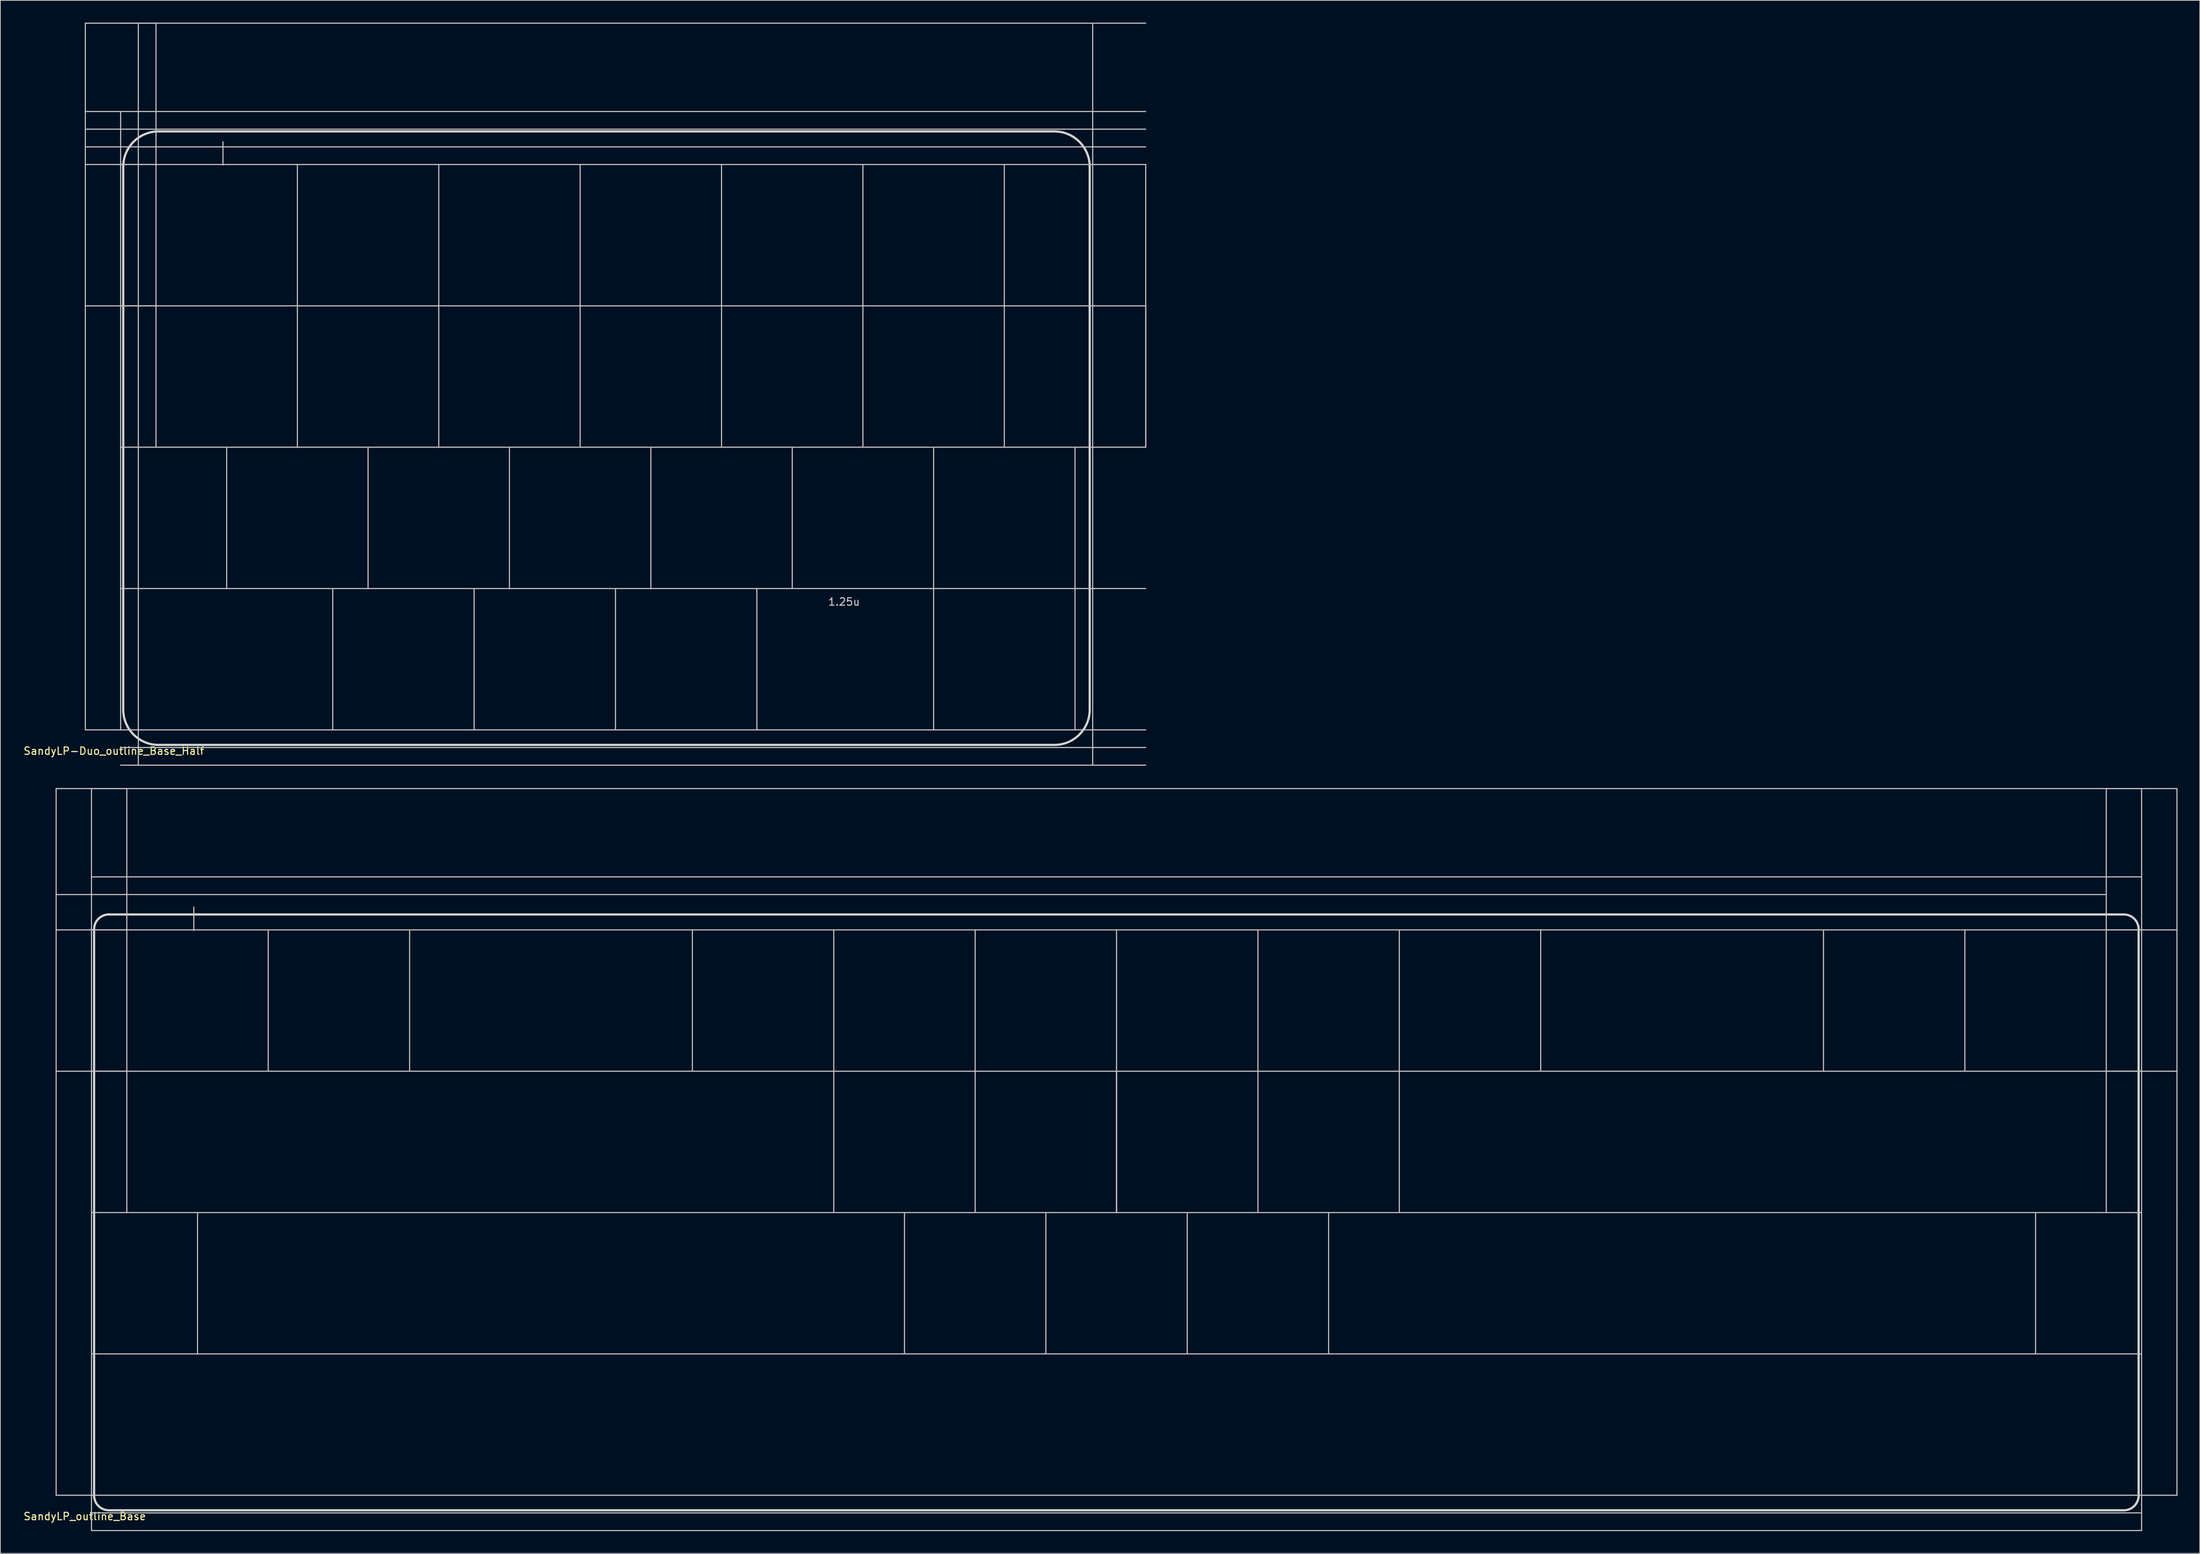
<source format=kicad_pcb>
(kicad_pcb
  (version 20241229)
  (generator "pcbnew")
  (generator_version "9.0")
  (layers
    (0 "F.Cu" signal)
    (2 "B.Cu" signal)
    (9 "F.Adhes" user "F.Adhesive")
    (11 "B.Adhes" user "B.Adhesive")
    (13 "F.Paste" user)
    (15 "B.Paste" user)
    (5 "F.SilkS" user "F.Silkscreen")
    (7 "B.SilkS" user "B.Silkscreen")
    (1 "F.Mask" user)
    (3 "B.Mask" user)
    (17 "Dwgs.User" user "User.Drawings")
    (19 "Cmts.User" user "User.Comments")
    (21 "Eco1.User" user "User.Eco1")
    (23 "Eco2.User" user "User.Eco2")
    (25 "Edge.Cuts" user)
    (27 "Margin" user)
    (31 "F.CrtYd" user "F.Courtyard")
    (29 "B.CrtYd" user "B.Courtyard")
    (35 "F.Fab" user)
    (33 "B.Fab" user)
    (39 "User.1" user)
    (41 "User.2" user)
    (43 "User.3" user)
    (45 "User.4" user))
  (footprint "SandyLP-Duo_outline_Base_Half"
    (layer "F.Cu")
    (at 151.317 66.75)
    (property "Reference" "SandyLP-Duo_outline_Base_Half" (at -139.025 31.425 0) (layer "F.SilkS") (effects (font (size 1 1) (thickness 0.15))))
    (attr through_hole)
    (fp_line (start -142.875 -66.675) (end -133.35 -66.675) (stroke (width 0.15) (type solid)) (layer "Dwgs.User"))
    (fp_line (start -142.875 -47.625) (end -142.875 -66.675) (stroke (width 0.15) (type solid)) (layer "Dwgs.User"))
    (fp_line (start -142.875 -47.625) (end -133.35 -47.625) (stroke (width 0.15) (type solid)) (layer "Dwgs.User"))
    (fp_line (start -142.875 -28.575) (end -142.875 -47.625) (stroke (width 0.15) (type solid)) (layer "Dwgs.User"))
    (fp_line (start -142.875 -28.575) (end -133.35 -28.575) (stroke (width 0.15) (type solid)) (layer "Dwgs.User"))
    (fp_line (start -142.875 -9.525) (end -142.875 -28.575) (stroke (width 0.15) (type solid)) (layer "Dwgs.User"))
    (fp_line (start -142.875 9.525) (end -142.875 -9.525) (stroke (width 0.15) (type solid)) (layer "Dwgs.User"))
    (fp_line (start -142.875 28.575) (end -142.875 9.525) (stroke (width 0.15) (type solid)) (layer "Dwgs.User"))
    (fp_line (start -138.113 28.575) (end -138.113 -54.769) (stroke (width 0.15) (type solid)) (layer "Dwgs.User"))
    (fp_line (start -135.731 33.337) (end -135.731 -66.675) (stroke (width 0.15) (type solid)) (layer "Dwgs.User"))
    (fp_line (start -133.35 -47.625) (end -133.35 -66.675) (stroke (width 0.15) (type solid)) (layer "Dwgs.User"))
    (fp_line (start -133.35 -28.575) (end -133.35 -47.625) (stroke (width 0.15) (type solid)) (layer "Dwgs.User"))
    (fp_line (start -133.35 -9.525) (end -133.35 -28.575) (stroke (width 0.15) (type solid)) (layer "Dwgs.User"))
    (fp_line (start -124.325 -50.706) (end -124.325 -47.556) (stroke (width 0.15) (type solid)) (layer "Dwgs.User"))
    (fp_line (start -123.825 9.525) (end -123.825 -9.525) (stroke (width 0.15) (type solid)) (layer "Dwgs.User"))
    (fp_line (start -114.3 -28.575) (end -114.3 -47.625) (stroke (width 0.15) (type solid)) (layer "Dwgs.User"))
    (fp_line (start -114.3 -9.525) (end -114.3 -28.575) (stroke (width 0.15) (type solid)) (layer "Dwgs.User"))
    (fp_line (start -109.537 28.575) (end -109.537 9.525) (stroke (width 0.15) (type solid)) (layer "Dwgs.User"))
    (fp_line (start -104.775 9.525) (end -104.775 -9.525) (stroke (width 0.15) (type solid)) (layer "Dwgs.User"))
    (fp_line (start -95.25 -28.575) (end -95.25 -47.625) (stroke (width 0.15) (type solid)) (layer "Dwgs.User"))
    (fp_line (start -95.25 -9.525) (end -95.25 -28.575) (stroke (width 0.15) (type solid)) (layer "Dwgs.User"))
    (fp_line (start -90.487 28.575) (end -90.487 9.525) (stroke (width 0.15) (type solid)) (layer "Dwgs.User"))
    (fp_line (start -85.725 9.525) (end -85.725 -9.525) (stroke (width 0.15) (type solid)) (layer "Dwgs.User"))
    (fp_line (start -76.2 -28.575) (end -76.2 -47.625) (stroke (width 0.15) (type solid)) (layer "Dwgs.User"))
    (fp_line (start -76.2 -9.525) (end -76.2 -28.575) (stroke (width 0.15) (type solid)) (layer "Dwgs.User"))
    (fp_line (start -71.438 28.575) (end -71.438 9.525) (stroke (width 0.15) (type solid)) (layer "Dwgs.User"))
    (fp_line (start -66.675 9.525) (end -66.675 -9.525) (stroke (width 0.15) (type solid)) (layer "Dwgs.User"))
    (fp_line (start -57.15 -28.575) (end -57.15 -47.625) (stroke (width 0.15) (type solid)) (layer "Dwgs.User"))
    (fp_line (start -57.15 -9.525) (end -57.15 -28.575) (stroke (width 0.15) (type solid)) (layer "Dwgs.User"))
    (fp_line (start -52.388 28.575) (end -52.388 9.525) (stroke (width 0.15) (type solid)) (layer "Dwgs.User"))
    (fp_line (start -47.625 9.525) (end -47.625 -9.525) (stroke (width 0.15) (type solid)) (layer "Dwgs.User"))
    (fp_line (start -38.1 -28.575) (end -38.1 -47.625) (stroke (width 0.15) (type solid)) (layer "Dwgs.User"))
    (fp_line (start -38.1 -9.525) (end -38.1 -28.575) (stroke (width 0.15) (type solid)) (layer "Dwgs.User"))
    (fp_line (start -28.575 9.525) (end -28.575 -9.525) (stroke (width 0.15) (type solid)) (layer "Dwgs.User"))
    (fp_line (start -28.575 28.575) (end -28.575 9.525) (stroke (width 0.15) (type solid)) (layer "Dwgs.User"))
    (fp_line (start -19.05 -28.575) (end -19.05 -47.625) (stroke (width 0.15) (type solid)) (layer "Dwgs.User"))
    (fp_line (start -19.05 -9.525) (end -19.05 -28.575) (stroke (width 0.15) (type solid)) (layer "Dwgs.User"))
    (fp_line (start -9.525 9.525) (end -9.525 -9.525) (stroke (width 0.15) (type solid)) (layer "Dwgs.User"))
    (fp_line (start -9.525 28.575) (end -9.525 9.525) (stroke (width 0.15) (type solid)) (layer "Dwgs.User"))
    (fp_line (start -7.144 33.337) (end -7.144 -66.675) (stroke (width 0.15) (type solid)) (layer "Dwgs.User"))
    (fp_line (start 0 -66.675) (end -138.113 -66.675) (stroke (width 0.15) (type solid)) (layer "Dwgs.User"))
    (fp_line (start 0 -54.769) (end -142.875 -54.769) (stroke (width 0.15) (type solid)) (layer "Dwgs.User"))
    (fp_line (start 0 -52.388) (end -142.875 -52.388) (stroke (width 0.15) (type solid)) (layer "Dwgs.User"))
    (fp_line (start 0 -50.006) (end -142.875 -50.006) (stroke (width 0.15) (type solid)) (layer "Dwgs.User"))
    (fp_line (start 0 -47.625) (end -138.113 -47.625) (stroke (width 0.15) (type solid)) (layer "Dwgs.User"))
    (fp_line (start 0 -28.575) (end -138.113 -28.575) (stroke (width 0.15) (type solid)) (layer "Dwgs.User"))
    (fp_line (start 0 -28.575) (end 0 -47.625) (stroke (width 0.15) (type solid)) (layer "Dwgs.User"))
    (fp_line (start 0 -28.575) (end 0 -9.525) (stroke (width 0.15) (type solid)) (layer "Dwgs.User"))
    (fp_line (start 0 -9.525) (end -138.113 -9.525) (stroke (width 0.15) (type solid)) (layer "Dwgs.User"))
    (fp_line (start 0 -9.525) (end 0 -28.575) (stroke (width 0.15) (type solid)) (layer "Dwgs.User"))
    (fp_line (start 0 -9.525) (end 0 -28.575) (stroke (width 0.15) (type solid)) (layer "Dwgs.User"))
    (fp_line (start 0 9.525) (end -138.113 9.525) (stroke (width 0.15) (type solid)) (layer "Dwgs.User"))
    (fp_line (start 0 28.575) (end -142.875 28.575) (stroke (width 0.15) (type solid)) (layer "Dwgs.User"))
    (fp_line (start 0 30.956) (end -138.113 30.956) (stroke (width 0.15) (type solid)) (layer "Dwgs.User"))
    (fp_line (start 0 33.337) (end -138.113 33.337) (stroke (width 0.15) (type solid)) (layer "Dwgs.User"))
    (fp_line (start -137.762 25.844) (end -137.762 -47.325) (stroke (width 0.3) (type solid)) (layer "Edge.Cuts"))
    (fp_line (start -12.306 -52.088) (end -133 -52.088) (stroke (width 0.3) (type solid)) (layer "Edge.Cuts"))
    (fp_line (start -12.306 30.606) (end -133 30.606) (stroke (width 0.3) (type solid)) (layer "Edge.Cuts"))
    (fp_line (start -7.544 25.844) (end -7.544 -47.325) (stroke (width 0.3) (type solid)) (layer "Edge.Cuts"))
    (fp_arc (start -137.7625 -47.32504) (mid -136.367596 -50.692636) (end -133 -52.08754) (stroke (width 0.3) (type default)) (layer "Edge.Cuts"))
    (fp_arc (start -133 30.60621) (mid -136.367596 29.211306) (end -137.7625 25.84371) (stroke (width 0.3) (type default)) (layer "Edge.Cuts"))
    (fp_arc (start -12.30625 -52.08754) (mid -8.938656 -50.692634) (end -7.54375 -47.32504) (stroke (width 0.3) (type default)) (layer "Edge.Cuts"))
    (fp_arc (start -7.54375 25.84371) (mid -8.938657 29.2113) (end -12.30625 30.60621) (stroke (width 0.3) (type default)) (layer "Edge.Cuts"))
    (fp_text user "1.25u" (at -42.862 11.906 0) (unlocked yes) (layer "Dwgs.User") (effects (font (size 1 1) (thickness 0.15)) (justify left bottom))))
  (footprint "SandyLP_outline_Base"
    (layer "F.Cu")
    (at 147.388 169.912)
    (property "Reference" "SandyLP_outline_Base" (at -139.025 31.425 0) (layer "F.SilkS") (effects (font (size 1 1) (thickness 0.15))))
    (attr through_hole)
    (fp_line (start -142.875 -66.675) (end -133.35 -66.675) (stroke (width 0.15) (type solid)) (layer "Dwgs.User"))
    (fp_line (start -142.875 -47.625) (end -142.875 -66.675) (stroke (width 0.15) (type solid)) (layer "Dwgs.User"))
    (fp_line (start -142.875 -47.625) (end -133.35 -47.625) (stroke (width 0.15) (type solid)) (layer "Dwgs.User"))
    (fp_line (start -142.875 -28.575) (end -142.875 -47.625) (stroke (width 0.15) (type solid)) (layer "Dwgs.User"))
    (fp_line (start -142.875 -28.575) (end -133.35 -28.575) (stroke (width 0.15) (type solid)) (layer "Dwgs.User"))
    (fp_line (start -142.875 -9.525) (end -142.875 -28.575) (stroke (width 0.15) (type solid)) (layer "Dwgs.User"))
    (fp_line (start -142.875 9.525) (end -142.875 -9.525) (stroke (width 0.15) (type solid)) (layer "Dwgs.User"))
    (fp_line (start -142.875 28.575) (end -142.875 9.525) (stroke (width 0.15) (type solid)) (layer "Dwgs.User"))
    (fp_line (start -138.113 -47.625) (end -138.113 -66.675) (stroke (width 0.15) (type solid)) (layer "Dwgs.User"))
    (fp_line (start -138.113 -28.575) (end -138.113 -47.625) (stroke (width 0.15) (type solid)) (layer "Dwgs.User"))
    (fp_line (start -138.113 -9.525) (end -138.113 -28.575) (stroke (width 0.15) (type solid)) (layer "Dwgs.User"))
    (fp_line (start -138.113 9.525) (end -138.113 -9.525) (stroke (width 0.15) (type solid)) (layer "Dwgs.User"))
    (fp_line (start -138.113 28.575) (end -138.113 9.525) (stroke (width 0.15) (type solid)) (layer "Dwgs.User"))
    (fp_line (start -138.113 33.337) (end -138.113 28.575) (stroke (width 0.15) (type solid)) (layer "Dwgs.User"))
    (fp_line (start -133.35 -47.625) (end -133.35 -66.675) (stroke (width 0.15) (type solid)) (layer "Dwgs.User"))
    (fp_line (start -133.35 -28.575) (end -133.35 -47.625) (stroke (width 0.15) (type solid)) (layer "Dwgs.User"))
    (fp_line (start -133.35 -9.525) (end -133.35 -28.575) (stroke (width 0.15) (type solid)) (layer "Dwgs.User"))
    (fp_line (start -124.325 -50.706) (end -124.325 -47.556) (stroke (width 0.15) (type solid)) (layer "Dwgs.User"))
    (fp_line (start -123.825 9.525) (end -123.825 -9.525) (stroke (width 0.15) (type solid)) (layer "Dwgs.User"))
    (fp_line (start -114.3 -28.575) (end -114.3 -47.625) (stroke (width 0.15) (type solid)) (layer "Dwgs.User"))
    (fp_line (start -95.25 -28.575) (end -95.25 -47.625) (stroke (width 0.15) (type solid)) (layer "Dwgs.User"))
    (fp_line (start -57.15 -28.575) (end -57.15 -47.625) (stroke (width 0.15) (type solid)) (layer "Dwgs.User"))
    (fp_line (start -38.1 -28.575) (end -38.1 -47.625) (stroke (width 0.15) (type solid)) (layer "Dwgs.User"))
    (fp_line (start -38.1 -9.525) (end -38.1 -28.575) (stroke (width 0.15) (type solid)) (layer "Dwgs.User"))
    (fp_line (start -28.575 9.525) (end -28.575 -9.525) (stroke (width 0.15) (type solid)) (layer "Dwgs.User"))
    (fp_line (start -19.05 -28.575) (end -19.05 -47.625) (stroke (width 0.15) (type solid)) (layer "Dwgs.User"))
    (fp_line (start -19.05 -9.525) (end -19.05 -28.575) (stroke (width 0.15) (type solid)) (layer "Dwgs.User"))
    (fp_line (start -9.525 9.525) (end -9.525 -9.525) (stroke (width 0.15) (type solid)) (layer "Dwgs.User"))
    (fp_line (start 0 -28.575) (end 0 -47.625) (stroke (width 0.15) (type solid)) (layer "Dwgs.User"))
    (fp_line (start 0 -28.575) (end 0 -9.525) (stroke (width 0.15) (type solid)) (layer "Dwgs.User"))
    (fp_line (start 0 -9.525) (end 0 -28.575) (stroke (width 0.15) (type solid)) (layer "Dwgs.User"))
    (fp_line (start 0 -9.525) (end 0 -28.575) (stroke (width 0.15) (type solid)) (layer "Dwgs.User"))
    (fp_line (start 9.525 9.525) (end 9.525 -9.525) (stroke (width 0.15) (type solid)) (layer "Dwgs.User"))
    (fp_line (start 19.05 -28.575) (end 19.05 -47.625) (stroke (width 0.15) (type solid)) (layer "Dwgs.User"))
    (fp_line (start 19.05 -9.525) (end 19.05 -28.575) (stroke (width 0.15) (type solid)) (layer "Dwgs.User"))
    (fp_line (start 28.575 9.525) (end 28.575 -9.525) (stroke (width 0.15) (type solid)) (layer "Dwgs.User"))
    (fp_line (start 38.1 -28.575) (end 38.1 -47.625) (stroke (width 0.15) (type solid)) (layer "Dwgs.User"))
    (fp_line (start 38.1 -9.525) (end 38.1 -28.575) (stroke (width 0.15) (type solid)) (layer "Dwgs.User"))
    (fp_line (start 57.15 -28.575) (end 57.15 -47.625) (stroke (width 0.15) (type solid)) (layer "Dwgs.User"))
    (fp_line (start 95.25 -28.575) (end 95.25 -47.625) (stroke (width 0.15) (type solid)) (layer "Dwgs.User"))
    (fp_line (start 114.3 -28.575) (end 114.3 -47.625) (stroke (width 0.15) (type solid)) (layer "Dwgs.User"))
    (fp_line (start 123.825 9.525) (end 123.825 -9.525) (stroke (width 0.15) (type solid)) (layer "Dwgs.User"))
    (fp_line (start 133.35 -52.388) (end -142.875 -52.388) (stroke (width 0.15) (type solid)) (layer "Dwgs.User"))
    (fp_line (start 133.35 -47.625) (end 133.35 -66.675) (stroke (width 0.15) (type solid)) (layer "Dwgs.User"))
    (fp_line (start 133.35 -28.575) (end 133.35 -47.625) (stroke (width 0.15) (type solid)) (layer "Dwgs.User"))
    (fp_line (start 133.35 -9.525) (end 133.35 -28.575) (stroke (width 0.15) (type solid)) (layer "Dwgs.User"))
    (fp_line (start 138.113 -66.675) (end -138.113 -66.675) (stroke (width 0.15) (type solid)) (layer "Dwgs.User"))
    (fp_line (start 138.113 -54.769) (end -138.113 -54.769) (stroke (width 0.15) (type solid)) (layer "Dwgs.User"))
    (fp_line (start 138.113 -47.625) (end -138.113 -47.625) (stroke (width 0.15) (type solid)) (layer "Dwgs.User"))
    (fp_line (start 138.113 -47.625) (end 138.113 -66.675) (stroke (width 0.15) (type solid)) (layer "Dwgs.User"))
    (fp_line (start 138.113 -28.575) (end -138.113 -28.575) (stroke (width 0.15) (type solid)) (layer "Dwgs.User"))
    (fp_line (start 138.113 -28.575) (end 138.113 -47.625) (stroke (width 0.15) (type solid)) (layer "Dwgs.User"))
    (fp_line (start 138.113 -9.525) (end -138.113 -9.525) (stroke (width 0.15) (type solid)) (layer "Dwgs.User"))
    (fp_line (start 138.113 -9.525) (end 138.113 -28.575) (stroke (width 0.15) (type solid)) (layer "Dwgs.User"))
    (fp_line (start 138.113 9.525) (end -138.113 9.525) (stroke (width 0.15) (type solid)) (layer "Dwgs.User"))
    (fp_line (start 138.113 9.525) (end 138.113 -9.525) (stroke (width 0.15) (type solid)) (layer "Dwgs.User"))
    (fp_line (start 138.113 28.575) (end 138.113 9.525) (stroke (width 0.15) (type solid)) (layer "Dwgs.User"))
    (fp_line (start 138.113 30.956) (end -138.113 30.956) (stroke (width 0.15) (type solid)) (layer "Dwgs.User"))
    (fp_line (start 138.113 33.337) (end -138.113 33.337) (stroke (width 0.15) (type solid)) (layer "Dwgs.User"))
    (fp_line (start 138.113 33.337) (end 138.113 28.575) (stroke (width 0.15) (type solid)) (layer "Dwgs.User"))
    (fp_line (start 142.875 -66.675) (end 133.35 -66.675) (stroke (width 0.15) (type solid)) (layer "Dwgs.User"))
    (fp_line (start 142.875 -66.675) (end 142.875 -47.625) (stroke (width 0.15) (type solid)) (layer "Dwgs.User"))
    (fp_line (start 142.875 -47.625) (end 133.35 -47.625) (stroke (width 0.15) (type solid)) (layer "Dwgs.User"))
    (fp_line (start 142.875 -47.625) (end 142.875 -28.575) (stroke (width 0.15) (type solid)) (layer "Dwgs.User"))
    (fp_line (start 142.875 -28.575) (end 133.35 -28.575) (stroke (width 0.15) (type solid)) (layer "Dwgs.User"))
    (fp_line (start 142.875 -9.525) (end 142.875 -28.575) (stroke (width 0.15) (type solid)) (layer "Dwgs.User"))
    (fp_line (start 142.875 9.525) (end 142.875 -9.525) (stroke (width 0.15) (type solid)) (layer "Dwgs.User"))
    (fp_line (start 142.875 28.575) (end -142.875 28.575) (stroke (width 0.15) (type solid)) (layer "Dwgs.User"))
    (fp_line (start 142.875 28.575) (end 142.875 9.525) (stroke (width 0.15) (type solid)) (layer "Dwgs.User"))
    (fp_line (start -137.762 28.606) (end -137.762 -47.706) (stroke (width 0.3) (type solid)) (layer "Edge.Cuts"))
    (fp_line (start 135.713 -49.706) (end -135.762 -49.706) (stroke (width 0.3) (type solid)) (layer "Edge.Cuts"))
    (fp_line (start 135.713 30.606) (end -135.762 30.606) (stroke (width 0.3) (type solid)) (layer "Edge.Cuts"))
    (fp_line (start 137.713 28.606) (end 137.713 -47.706) (stroke (width 0.3) (type solid)) (layer "Edge.Cuts"))
    (fp_arc (start -137.7625 -47.70629) (mid -137.176714 -49.120504) (end -135.7625 -49.70629) (stroke (width 0.3) (type solid)) (layer "Edge.Cuts"))
    (fp_arc (start -135.7625 30.60621) (mid -137.176714 30.020424) (end -137.7625 28.60621) (stroke (width 0.3) (type solid)) (layer "Edge.Cuts"))
    (fp_arc (start 135.7125 -49.70629) (mid 137.126728 -49.120506) (end 137.7125 -47.70629) (stroke (width 0.3) (type solid)) (layer "Edge.Cuts"))
    (fp_arc (start 137.7125 28.60621) (mid 137.126728 30.020449) (end 135.7125 30.60621) (stroke (width 0.3) (type solid)) (layer "Edge.Cuts")))
  (gr_rect
    (start -3 -3)
    (end 293.338 206.325)
    (stroke (width 0.1) (type default))
    (fill no)
    (layer "Edge.Cuts")))
</source>
